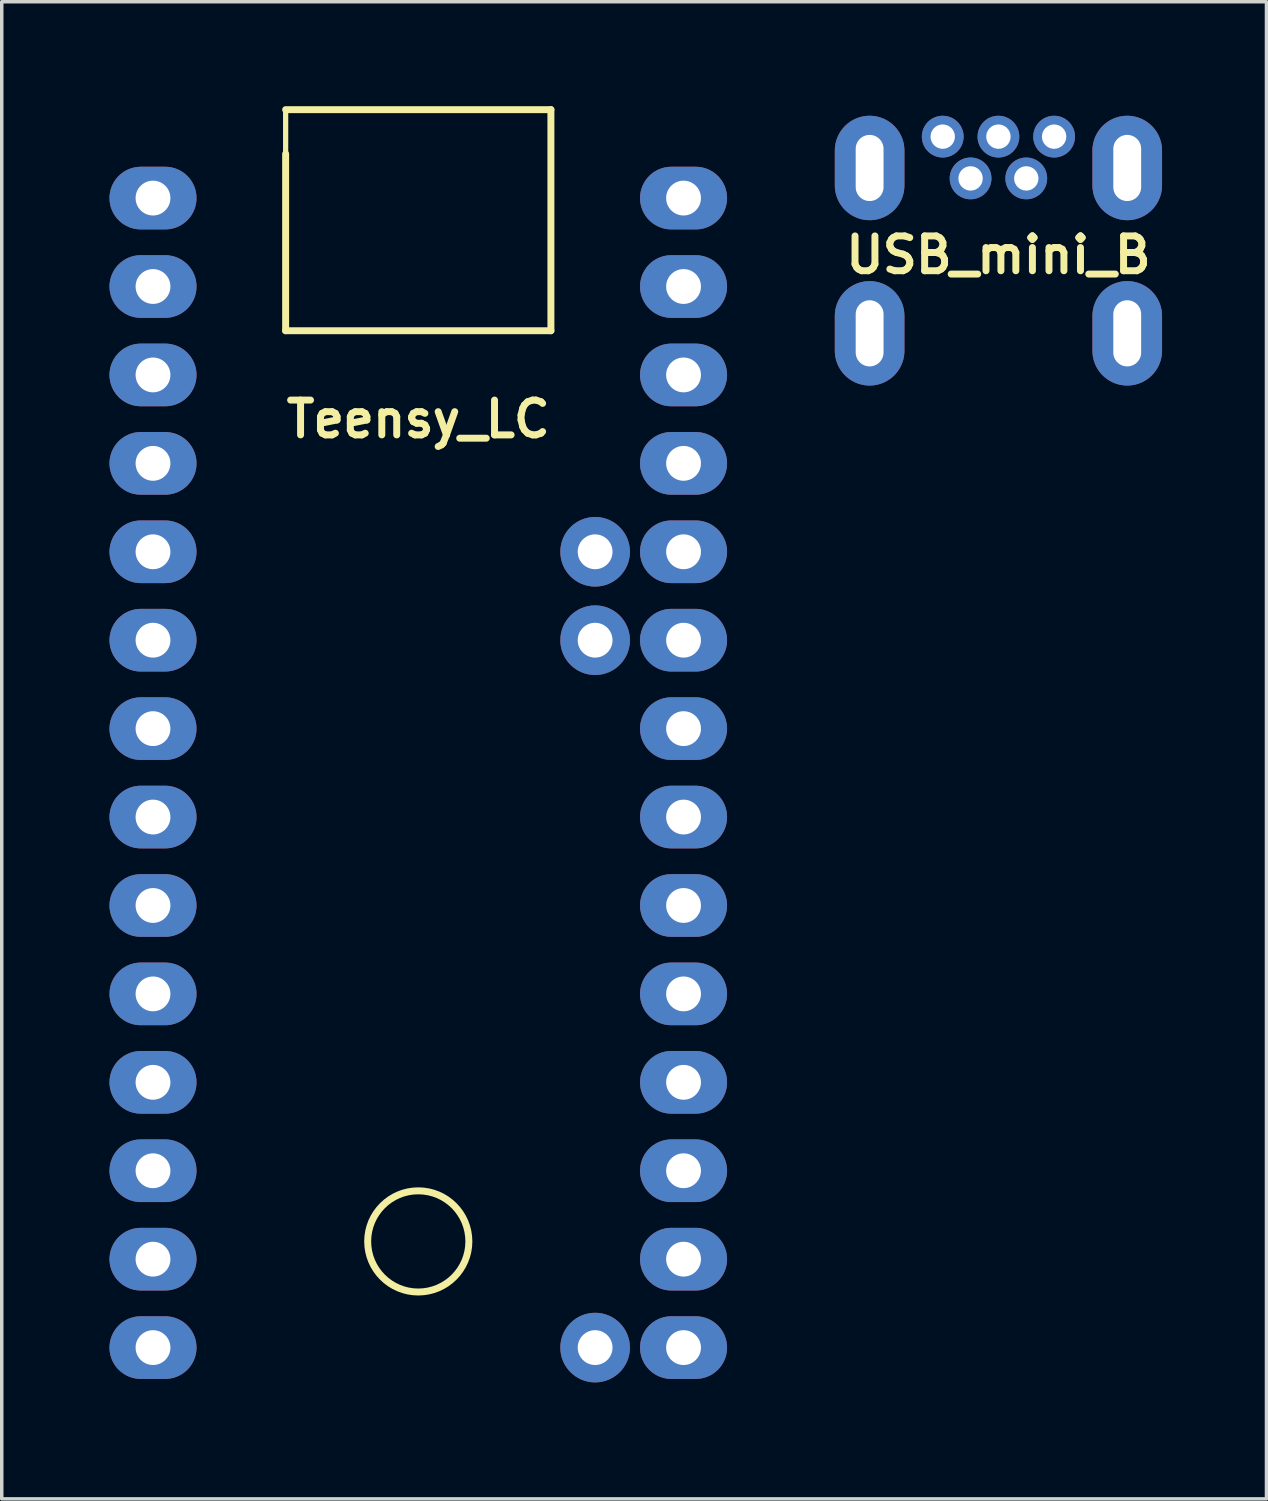
<source format=kicad_pcb>
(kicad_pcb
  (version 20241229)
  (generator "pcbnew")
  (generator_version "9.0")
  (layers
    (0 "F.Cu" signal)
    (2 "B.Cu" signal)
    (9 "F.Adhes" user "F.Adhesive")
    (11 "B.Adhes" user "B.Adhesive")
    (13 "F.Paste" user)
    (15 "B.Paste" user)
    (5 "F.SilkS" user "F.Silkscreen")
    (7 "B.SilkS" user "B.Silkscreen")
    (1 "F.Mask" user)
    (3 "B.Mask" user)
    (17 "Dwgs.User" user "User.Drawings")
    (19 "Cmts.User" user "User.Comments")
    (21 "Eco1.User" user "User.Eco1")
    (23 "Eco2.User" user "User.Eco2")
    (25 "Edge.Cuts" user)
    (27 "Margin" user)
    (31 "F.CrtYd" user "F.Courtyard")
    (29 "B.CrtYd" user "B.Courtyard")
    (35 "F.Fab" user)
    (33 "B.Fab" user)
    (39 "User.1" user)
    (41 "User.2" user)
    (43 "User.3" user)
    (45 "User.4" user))
  (footprint "USB_mini_B"
    (layer "F.Cu")
    (at 25.63 0.875)
    (property "Reference" "USB_mini_B" (at 0 3.4 0) (layer "F.SilkS") (effects (font (size 1 1) (thickness 0.2))))
    (attr through_hole)
    (fp_line (start -3.9 -0.8) (end 3.9 -0.8) (stroke (width 0.15) (type solid)) (layer "Margin"))
    (fp_line (start -3.9 4) (end -3.9 2.5) (stroke (width 0.15) (type solid)) (layer "Margin"))
    (fp_line (start -3.9 8.8) (end -3.9 7.3) (stroke (width 0.15) (type solid)) (layer "Margin"))
    (fp_line (start 0 8.8) (end -3.9 8.8) (stroke (width 0.15) (type solid)) (layer "Margin"))
    (fp_line (start 0 8.8) (end 3.9 8.8) (stroke (width 0.15) (type solid)) (layer "Margin"))
    (fp_line (start 3.9 4) (end 3.9 2.5) (stroke (width 0.15) (type solid)) (layer "Margin"))
    (fp_line (start 3.9 8.8) (end 3.9 7.3) (stroke (width 0.15) (type solid)) (layer "Margin"))
    (pad "1" thru_hole circle (at -1.6 0) (size 1.2 1.2) (drill 0.7) (layers "*.Cu" "*.Mask"))
    (pad "2" thru_hole circle (at -0.8 1.2) (size 1.2 1.2) (drill 0.7) (layers "*.Cu" "*.Mask"))
    (pad "3" thru_hole circle (at 0 0) (size 1.2 1.2) (drill 0.7) (layers "*.Cu" "*.Mask"))
    (pad "4" thru_hole circle (at 0.8 1.2) (size 1.2 1.2) (drill 0.7) (layers "*.Cu" "*.Mask"))
    (pad "5" thru_hole circle (at 1.6 0) (size 1.2 1.2) (drill 0.7) (layers "*.Cu" "*.Mask"))
    (pad "6" thru_hole oval (at -3.7 0.9) (size 2 3) (drill oval 0.8 1.9) (layers "*.Cu" "*.Mask"))
    (pad "6" thru_hole oval (at -3.7 5.65) (size 2 3) (drill oval 0.8 1.9) (layers "*.Cu" "*.Mask"))
    (pad "6" thru_hole oval (at 3.7 0.9) (size 2 3) (drill oval 0.8 1.9) (layers "*.Cu" "*.Mask"))
    (pad "6" thru_hole oval (at 3.7 5.65) (size 2 3) (drill oval 0.8 1.9) (layers "*.Cu" "*.Mask")))
  (footprint "Teensy_LC"
    (layer "F.Cu")
    (at 8.965 20.42)
    (property "Reference" "Teensy_LC" (at 0 -11.43 0) (layer "F.SilkS") (effects (font (size 1 1) (thickness 0.2))))
    (attr through_hole)
    (fp_line (start -3.81 -20.32) (end 3.81 -20.32) (stroke (width 0.2) (type solid)) (layer "F.SilkS"))
    (fp_line (start -3.81 -19.05) (end -3.81 -20.32) (stroke (width 0.15) (type solid)) (layer "F.SilkS"))
    (fp_line (start -3.81 -13.97) (end -3.81 -19.05) (stroke (width 0.2) (type solid)) (layer "F.SilkS"))
    (fp_line (start 3.81 -20.32) (end 3.81 -13.97) (stroke (width 0.2) (type solid)) (layer "F.SilkS"))
    (fp_line (start 3.81 -13.97) (end -3.81 -13.97) (stroke (width 0.2) (type solid)) (layer "F.SilkS"))
    (fp_circle (center 0 12.19) (end 1.4 11.8) (stroke (width 0.2) (type solid)) (fill no) (layer "F.SilkS"))
    (fp_line (start -8.89 -19.05) (end -8.89 16.51) (stroke (width 0.15) (type solid)) (layer "Margin"))
    (fp_line (start -8.89 16.51) (end 8.89 16.51) (stroke (width 0.15) (type solid)) (layer "Margin"))
    (fp_line (start 8.89 -19.05) (end -8.89 -19.05) (stroke (width 0.15) (type solid)) (layer "Margin"))
    (fp_line (start 8.89 16.51) (end 8.89 -19.05) (stroke (width 0.15) (type solid)) (layer "Margin"))
    (pad "-1" thru_hole oval (at -7.62 -17.78) (size 2.5 1.8) (drill 1) (layers "*.Cu" "*.Mask"))
    (pad "0" thru_hole oval (at -7.62 -15.24) (size 2.5 1.8) (drill 1) (layers "*.Cu" "*.Mask"))
    (pad "1" thru_hole oval (at -7.62 -12.7) (size 2.5 1.8) (drill 1) (layers "*.Cu" "*.Mask"))
    (pad "2" thru_hole oval (at -7.62 -10.16) (size 2.5 1.8) (drill 1) (layers "*.Cu" "*.Mask"))
    (pad "3" thru_hole oval (at -7.62 -7.62) (size 2.5 1.8) (drill 1) (layers "*.Cu" "*.Mask"))
    (pad "4" thru_hole oval (at -7.62 -5.08) (size 2.5 1.8) (drill 1) (layers "*.Cu" "*.Mask"))
    (pad "5" thru_hole oval (at -7.62 -2.54) (size 2.5 1.8) (drill 1) (layers "*.Cu" "*.Mask"))
    (pad "6" thru_hole oval (at -7.62 0) (size 2.5 1.8) (drill 1) (layers "*.Cu" "*.Mask"))
    (pad "7" thru_hole oval (at -7.62 2.54) (size 2.5 1.8) (drill 1) (layers "*.Cu" "*.Mask"))
    (pad "8" thru_hole oval (at -7.62 5.08) (size 2.5 1.8) (drill 1) (layers "*.Cu" "*.Mask"))
    (pad "9" thru_hole oval (at -7.62 7.62) (size 2.5 1.8) (drill 1) (layers "*.Cu" "*.Mask"))
    (pad "10" thru_hole oval (at -7.62 10.16) (size 2.5 1.8) (drill 1) (layers "*.Cu" "*.Mask"))
    (pad "11" thru_hole oval (at -7.62 12.7) (size 2.5 1.8) (drill 1) (layers "*.Cu" "*.Mask"))
    (pad "12" thru_hole oval (at -7.62 15.24) (size 2.5 1.8) (drill 1) (layers "*.Cu" "*.Mask"))
    (pad "17" thru_hole circle (at 5.08 15.24) (size 2 2) (drill 1) (layers "*.Cu" "*.Mask"))
    (pad "18" thru_hole oval (at 7.62 15.24) (size 2.5 1.8) (drill 1) (layers "*.Cu" "*.Mask"))
    (pad "19" thru_hole oval (at 7.62 12.7) (size 2.5 1.8) (drill 1) (layers "*.Cu" "*.Mask"))
    (pad "20" thru_hole oval (at 7.62 10.16) (size 2.5 1.8) (drill 1) (layers "*.Cu" "*.Mask"))
    (pad "21" thru_hole oval (at 7.62 7.62) (size 2.5 1.8) (drill 1) (layers "*.Cu" "*.Mask"))
    (pad "22" thru_hole oval (at 7.62 5.08) (size 2.5 1.8) (drill 1) (layers "*.Cu" "*.Mask"))
    (pad "23" thru_hole oval (at 7.62 2.54) (size 2.5 1.8) (drill 1) (layers "*.Cu" "*.Mask"))
    (pad "24" thru_hole oval (at 7.62 0) (size 2.5 1.8) (drill 1) (layers "*.Cu" "*.Mask"))
    (pad "25" thru_hole oval (at 7.62 -2.54) (size 2.5 1.8) (drill 1) (layers "*.Cu" "*.Mask"))
    (pad "26" thru_hole oval (at 7.62 -5.08) (size 2.5 1.8) (drill 1) (layers "*.Cu" "*.Mask"))
    (pad "27" thru_hole oval (at 7.62 -7.62) (size 2.5 1.8) (drill 1) (layers "*.Cu" "*.Mask"))
    (pad "28" thru_hole oval (at 7.62 -10.16) (size 2.5 1.8) (drill 1) (layers "*.Cu" "*.Mask"))
    (pad "29" thru_hole oval (at 7.62 -12.7) (size 2.5 1.8) (drill 1) (layers "*.Cu" "*.Mask"))
    (pad "30" thru_hole oval (at 7.62 -15.24) (size 2.5 1.8) (drill 1) (layers "*.Cu" "*.Mask"))
    (pad "31" thru_hole oval (at 7.62 -17.78) (size 2.5 1.8) (drill 1) (layers "*.Cu" "*.Mask"))
    (pad "32" thru_hole circle (at 5.08 -7.62) (size 2 2) (drill 1) (layers "*.Cu" "*.Mask"))
    (pad "33" thru_hole circle (at 5.08 -5.08) (size 2 2) (drill 1) (layers "*.Cu" "*.Mask")))
  (gr_rect
    (start -3 -3)
    (end 33.33 40.005)
    (stroke (width 0.1) (type default))
    (fill no)
    (layer "Edge.Cuts")))
</source>
